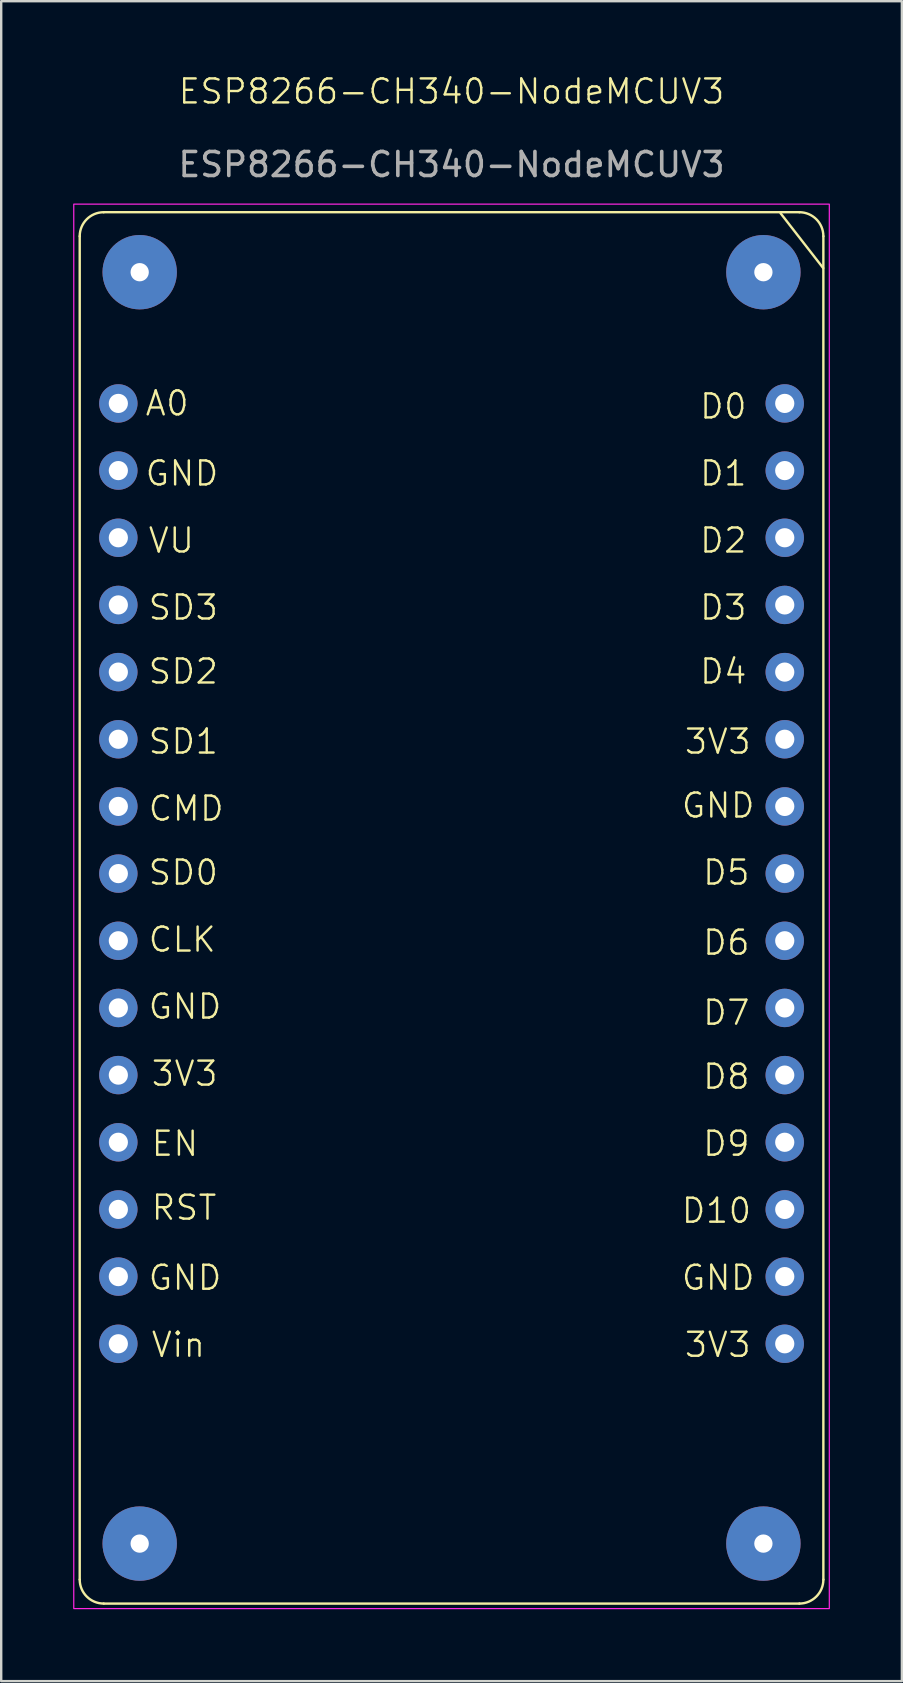
<source format=kicad_pcb>
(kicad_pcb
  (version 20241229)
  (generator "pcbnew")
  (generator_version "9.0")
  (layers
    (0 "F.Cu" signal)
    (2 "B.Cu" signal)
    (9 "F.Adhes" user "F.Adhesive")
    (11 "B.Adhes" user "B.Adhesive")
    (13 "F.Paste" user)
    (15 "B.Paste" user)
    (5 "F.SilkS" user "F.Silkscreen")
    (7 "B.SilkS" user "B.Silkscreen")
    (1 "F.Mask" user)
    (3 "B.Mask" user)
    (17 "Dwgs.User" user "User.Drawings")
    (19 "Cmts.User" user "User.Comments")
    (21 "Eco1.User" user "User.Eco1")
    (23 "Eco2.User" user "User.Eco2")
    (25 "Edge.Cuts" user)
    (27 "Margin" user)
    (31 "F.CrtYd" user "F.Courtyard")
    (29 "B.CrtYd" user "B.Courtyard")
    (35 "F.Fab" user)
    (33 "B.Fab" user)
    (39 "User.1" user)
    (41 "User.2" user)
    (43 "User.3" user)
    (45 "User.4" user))
  (footprint "ESP8266-CH340-NodeMCUV3"
    (layer "F.Cu")
    (at 15.773 34.797)
    (property "Reference" "ESP8266-CH340-NodeMCUV3" (at 0 -34.036 0) (unlocked yes) (layer "F.SilkS") (effects (font (size 1 1) (thickness 0.1))))
    (attr through_hole)
    (fp_line (start -15.5 28) (end -15.5 -28) (stroke (width 0.1) (type default)) (layer "F.SilkS"))
    (fp_line (start -14.5 -29) (end 14.5 -29) (stroke (width 0.1) (type default)) (layer "F.SilkS"))
    (fp_line (start -14.5 29) (end 14.5 29) (stroke (width 0.1) (type default)) (layer "F.SilkS"))
    (fp_line (start 13.716 -28.956) (end 15.494 -26.67) (stroke (width 0.1) (type default)) (layer "F.SilkS"))
    (fp_line (start 15.5 -28) (end 15.5 28) (stroke (width 0.1) (type default)) (layer "F.SilkS"))
    (fp_arc (start -15.5 -28) (mid -15.207107 -28.707107) (end -14.5 -29) (stroke (width 0.1) (type default)) (layer "F.SilkS"))
    (fp_arc (start -14.5 29) (mid -15.207107 28.707107) (end -15.5 28) (stroke (width 0.1) (type default)) (layer "F.SilkS"))
    (fp_arc (start 14.5 -29) (mid 15.207107 -28.707107) (end 15.5 -28) (stroke (width 0.1) (type default)) (layer "F.SilkS"))
    (fp_arc (start 15.5 28) (mid 15.207107 28.707107) (end 14.5 29) (stroke (width 0.1) (type default)) (layer "F.SilkS"))
    (fp_rect (start -15.748 -29.337) (end 15.748 29.21) (stroke (width 0.05) (type default)) (fill no) (layer "F.CrtYd"))
    (fp_text user "D8" (at 10.414 7.62 0) (unlocked yes) (layer "F.SilkS") (effects (font (size 1 1) (thickness 0.1)) (justify left bottom)))
    (fp_text user "SD3" (at -12.7 -11.938 0) (unlocked yes) (layer "F.SilkS") (effects (font (size 1 1) (thickness 0.1)) (justify left bottom)))
    (fp_text user "A0" (at -12.827 -20.447 0) (unlocked yes) (layer "F.SilkS") (effects (font (size 1 1) (thickness 0.1)) (justify left bottom)))
    (fp_text user "GND" (at -12.827 -17.526 0) (unlocked yes) (layer "F.SilkS") (effects (font (size 1 1) (thickness 0.1)) (justify left bottom)))
    (fp_text user "GND" (at 9.525 -3.683 0) (unlocked yes) (layer "F.SilkS") (effects (font (size 1 1) (thickness 0.1)) (justify left bottom)))
    (fp_text user "CLK" (at -12.7 1.905 0) (unlocked yes) (layer "F.SilkS") (effects (font (size 1 1) (thickness 0.1)) (justify left bottom)))
    (fp_text user "D5" (at 10.414 -0.889 0) (unlocked yes) (layer "F.SilkS") (effects (font (size 1 1) (thickness 0.1)) (justify left bottom)))
    (fp_text user "D3" (at 10.287 -11.938 0) (unlocked yes) (layer "F.SilkS") (effects (font (size 1 1) (thickness 0.1)) (justify left bottom)))
    (fp_text user "SD2" (at -12.7 -9.271 0) (unlocked yes) (layer "F.SilkS") (effects (font (size 1 1) (thickness 0.1)) (justify left bottom)))
    (fp_text user "GND" (at 9.525 16.002 0) (unlocked yes) (layer "F.SilkS") (effects (font (size 1 1) (thickness 0.1)) (justify left bottom)))
    (fp_text user "D9" (at 10.414 10.414 0) (unlocked yes) (layer "F.SilkS") (effects (font (size 1 1) (thickness 0.1)) (justify left bottom)))
    (fp_text user "D6" (at 10.414 2.032 0) (unlocked yes) (layer "F.SilkS") (effects (font (size 1 1) (thickness 0.1)) (justify left bottom)))
    (fp_text user "3V3" (at 9.652 18.796 0) (unlocked yes) (layer "F.SilkS") (effects (font (size 1 1) (thickness 0.1)) (justify left bottom)))
    (fp_text user "GND" (at -12.7 4.699 0) (unlocked yes) (layer "F.SilkS") (effects (font (size 1 1) (thickness 0.1)) (justify left bottom)))
    (fp_text user "D0" (at 10.287 -20.32 0) (unlocked yes) (layer "F.SilkS") (effects (font (size 1 1) (thickness 0.1)) (justify left bottom)))
    (fp_text user "D2" (at 10.287 -14.732 0) (unlocked yes) (layer "F.SilkS") (effects (font (size 1 1) (thickness 0.1)) (justify left bottom)))
    (fp_text user "SD0" (at -12.7 -0.889 0) (unlocked yes) (layer "F.SilkS") (effects (font (size 1 1) (thickness 0.1)) (justify left bottom)))
    (fp_text user "D10" (at 9.525 13.208 0) (unlocked yes) (layer "F.SilkS") (effects (font (size 1 1) (thickness 0.1)) (justify left bottom)))
    (fp_text user "Vin" (at -12.573 18.796 0) (unlocked yes) (layer "F.SilkS") (effects (font (size 1 1) (thickness 0.1)) (justify left bottom)))
    (fp_text user "GND" (at -12.7 16.002 0) (unlocked yes) (layer "F.SilkS") (effects (font (size 1 1) (thickness 0.1)) (justify left bottom)))
    (fp_text user "EN" (at -12.573 10.414 0) (unlocked yes) (layer "F.SilkS") (effects (font (size 1 1) (thickness 0.1)) (justify left bottom)))
    (fp_text user "CMD" (at -12.7 -3.556 0) (unlocked yes) (layer "F.SilkS") (effects (font (size 1 1) (thickness 0.1)) (justify left bottom)))
    (fp_text user "3V3" (at -12.573 7.493 0) (unlocked yes) (layer "F.SilkS") (effects (font (size 1 1) (thickness 0.1)) (justify left bottom)))
    (fp_text user "D1" (at 10.287 -17.526 0) (unlocked yes) (layer "F.SilkS") (effects (font (size 1 1) (thickness 0.1)) (justify left bottom)))
    (fp_text user "RST" (at -12.573 13.081 0) (unlocked yes) (layer "F.SilkS") (effects (font (size 1 1) (thickness 0.1)) (justify left bottom)))
    (fp_text user "3V3" (at 9.652 -6.35 0) (unlocked yes) (layer "F.SilkS") (effects (font (size 1 1) (thickness 0.1)) (justify left bottom)))
    (fp_text user "VU" (at -12.7 -14.732 0) (unlocked yes) (layer "F.SilkS") (effects (font (size 1 1) (thickness 0.1)) (justify left bottom)))
    (fp_text user "D4" (at 10.287 -9.271 0) (unlocked yes) (layer "F.SilkS") (effects (font (size 1 1) (thickness 0.1)) (justify left bottom)))
    (fp_text user "SD1" (at -12.7 -6.35 0) (unlocked yes) (layer "F.SilkS") (effects (font (size 1 1) (thickness 0.1)) (justify left bottom)))
    (fp_text user "D7" (at 10.414 4.953 0) (unlocked yes) (layer "F.SilkS") (effects (font (size 1 1) (thickness 0.1)) (justify left bottom)))
    (fp_text user "${REFERENCE}" (at 0 -30.988 0) (unlocked yes) (layer "F.Fab") (effects (font (size 1 1) (thickness 0.15))))
    (pad "" np_thru_hole circle (at -13 -26.5) (size 3.1 3.1) (drill 0.762) (layers "*.Cu" "*.Mask"))
    (pad "" np_thru_hole circle (at -13 26.5) (size 3.1 3.1) (drill 0.762) (layers "*.Cu" "*.Mask"))
    (pad "" np_thru_hole circle (at 13 -26.5) (size 3.1 3.1) (drill 0.762) (layers "*.Cu" "*.Mask"))
    (pad "" np_thru_hole circle (at 13 26.5) (size 3.1 3.1) (drill 0.762) (layers "*.Cu" "*.Mask"))
    (pad "1" thru_hole circle (at -13.89 -21.03) (size 1.6 1.6) (drill 0.8) (layers "*.Cu" "*.Mask" "B.Paste"))
    (pad "2" thru_hole circle (at -13.89 -18.23) (size 1.6 1.6) (drill 0.8) (layers "*.Cu" "*.Mask" "B.Paste"))
    (pad "3" thru_hole circle (at -13.89 -15.43) (size 1.6 1.6) (drill 0.8) (layers "*.Cu" "*.Mask" "B.Paste"))
    (pad "4" thru_hole circle (at -13.89 -12.63) (size 1.6 1.6) (drill 0.8) (layers "*.Cu" "*.Mask" "B.Paste"))
    (pad "5" thru_hole circle (at -13.89 -9.83) (size 1.6 1.6) (drill 0.8) (layers "*.Cu" "*.Mask" "B.Paste"))
    (pad "6" thru_hole circle (at -13.89 -7.03) (size 1.6 1.6) (drill 0.8) (layers "*.Cu" "*.Mask" "B.Paste"))
    (pad "7" thru_hole circle (at -13.89 -4.23) (size 1.6 1.6) (drill 0.8) (layers "*.Cu" "*.Mask" "B.Paste"))
    (pad "8" thru_hole circle (at -13.89 -1.43) (size 1.6 1.6) (drill 0.8) (layers "*.Cu" "*.Mask" "B.Paste"))
    (pad "9" thru_hole circle (at -13.89 1.37) (size 1.6 1.6) (drill 0.8) (layers "*.Cu" "*.Mask" "B.Paste"))
    (pad "10" thru_hole circle (at -13.89 4.17) (size 1.6 1.6) (drill 0.8) (layers "*.Cu" "*.Mask" "B.Paste"))
    (pad "11" thru_hole circle (at -13.89 6.97) (size 1.6 1.6) (drill 0.8) (layers "*.Cu" "*.Mask"))
    (pad "12" thru_hole circle (at -13.89 9.77) (size 1.6 1.6) (drill 0.8) (layers "*.Cu" "*.Mask"))
    (pad "13" thru_hole circle (at -13.89 12.57) (size 1.6 1.6) (drill 0.8) (layers "*.Cu" "*.Mask"))
    (pad "14" thru_hole circle (at -13.89 15.37) (size 1.6 1.6) (drill 0.8) (layers "*.Cu" "*.Mask"))
    (pad "15" thru_hole circle (at -13.89 18.17) (size 1.6 1.6) (drill 0.8) (layers "*.Cu" "*.Mask"))
    (pad "16" thru_hole circle (at 13.89 18.17) (size 1.6 1.6) (drill 0.8) (layers "*.Cu" "*.Mask"))
    (pad "17" thru_hole circle (at 13.89 15.37) (size 1.6 1.6) (drill 0.8) (layers "*.Cu" "*.Mask"))
    (pad "18" thru_hole circle (at 13.89 12.57) (size 1.6 1.6) (drill 0.8) (layers "*.Cu" "*.Mask"))
    (pad "19" thru_hole circle (at 13.89 9.77) (size 1.6 1.6) (drill 0.8) (layers "*.Cu" "*.Mask"))
    (pad "20" thru_hole circle (at 13.89 6.97) (size 1.6 1.6) (drill 0.8) (layers "*.Cu" "*.Mask"))
    (pad "21" thru_hole circle (at 13.89 4.17) (size 1.6 1.6) (drill 0.8) (layers "*.Cu" "*.Mask" "B.Paste"))
    (pad "22" thru_hole circle (at 13.89 1.37) (size 1.6 1.6) (drill 0.8) (layers "*.Cu" "*.Mask" "B.Paste"))
    (pad "23" thru_hole circle (at 13.89 -1.43) (size 1.6 1.6) (drill 0.8) (layers "*.Cu" "*.Mask" "B.Paste"))
    (pad "24" thru_hole circle (at 13.89 -4.23) (size 1.6 1.6) (drill 0.8) (layers "*.Cu" "*.Mask" "B.Paste"))
    (pad "25" thru_hole circle (at 13.89 -7.03) (size 1.6 1.6) (drill 0.8) (layers "*.Cu" "*.Mask" "B.Paste"))
    (pad "26" thru_hole circle (at 13.89 -9.83) (size 1.6 1.6) (drill 0.8) (layers "*.Cu" "*.Mask" "B.Paste"))
    (pad "27" thru_hole circle (at 13.89 -12.63) (size 1.6 1.6) (drill 0.8) (layers "*.Cu" "*.Mask" "B.Paste"))
    (pad "28" thru_hole circle (at 13.89 -15.43) (size 1.6 1.6) (drill 0.8) (layers "*.Cu" "*.Mask" "B.Paste"))
    (pad "29" thru_hole circle (at 13.89 -18.23) (size 1.6 1.6) (drill 0.8) (layers "*.Cu" "*.Mask" "B.Paste"))
    (pad "30" thru_hole circle (at 13.89 -21.03) (size 1.6 1.6) (drill 0.8) (layers "*.Cu" "*.Mask" "B.Paste")))
  (gr_rect
    (start -3 -3)
    (end 34.546 67.031)
    (stroke (width 0.1) (type default))
    (fill no)
    (layer "Edge.Cuts")))
</source>
